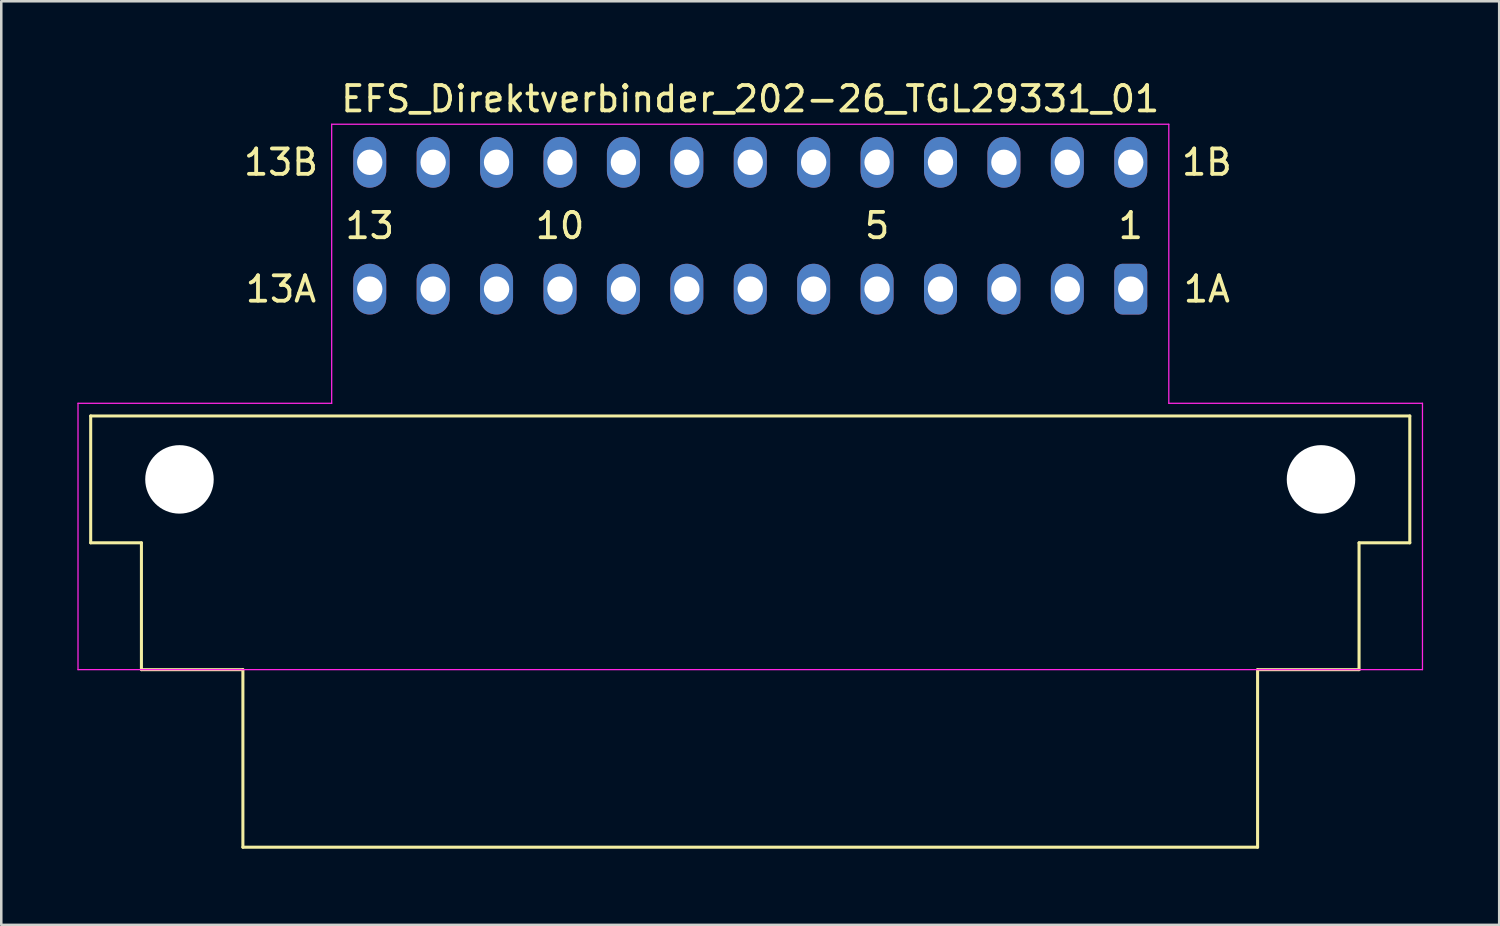
<source format=kicad_pcb>
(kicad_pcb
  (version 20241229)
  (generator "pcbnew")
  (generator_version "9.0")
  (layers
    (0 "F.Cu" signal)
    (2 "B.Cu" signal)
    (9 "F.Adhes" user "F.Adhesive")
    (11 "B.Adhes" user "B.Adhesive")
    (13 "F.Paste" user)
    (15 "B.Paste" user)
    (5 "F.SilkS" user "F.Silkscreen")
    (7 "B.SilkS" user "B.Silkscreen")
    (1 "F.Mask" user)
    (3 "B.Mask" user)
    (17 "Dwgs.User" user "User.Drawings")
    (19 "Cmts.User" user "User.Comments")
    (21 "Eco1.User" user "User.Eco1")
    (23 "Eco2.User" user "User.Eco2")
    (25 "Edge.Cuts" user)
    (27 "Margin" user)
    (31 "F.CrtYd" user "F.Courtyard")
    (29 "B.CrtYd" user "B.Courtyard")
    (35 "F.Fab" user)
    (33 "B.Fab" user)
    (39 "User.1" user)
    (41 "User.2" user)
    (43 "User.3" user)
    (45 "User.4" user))
  (footprint "EFS_Direktverbinder_202-26_TGL29331_01"
    (layer "F.Cu")
    (at 26.525 20.848)
    (property "Reference" "EFS_Direktverbinder_202-26_TGL29331_01" (at 0 -20 180) (layer "F.SilkS") (effects (font (size 1 1) (thickness 0.15))))
    (attr through_hole)
    (fp_line (start -26 -7.5) (end -26 -2.5) (stroke (width 0.12) (type solid)) (layer "F.SilkS"))
    (fp_line (start -26 -7.5) (end 26 -7.5) (stroke (width 0.12) (type solid)) (layer "F.SilkS"))
    (fp_line (start -26 -2.5) (end -24 -2.5) (stroke (width 0.12) (type solid)) (layer "F.SilkS"))
    (fp_line (start -24 -2.5) (end -24 2.5) (stroke (width 0.12) (type solid)) (layer "F.SilkS"))
    (fp_line (start -24 2.5) (end -20 2.5) (stroke (width 0.12) (type solid)) (layer "F.SilkS"))
    (fp_line (start -20 2.5) (end -20 9.5) (stroke (width 0.12) (type solid)) (layer "F.SilkS"))
    (fp_line (start -20 9.5) (end 20 9.5) (stroke (width 0.12) (type solid)) (layer "F.SilkS"))
    (fp_line (start 20 2.5) (end 24 2.5) (stroke (width 0.12) (type solid)) (layer "F.SilkS"))
    (fp_line (start 20 9.5) (end 20 2.5) (stroke (width 0.12) (type solid)) (layer "F.SilkS"))
    (fp_line (start 24 -2.5) (end 26 -2.5) (stroke (width 0.12) (type solid)) (layer "F.SilkS"))
    (fp_line (start 24 2.5) (end 24 -2.5) (stroke (width 0.12) (type solid)) (layer "F.SilkS"))
    (fp_line (start 26 -2.5) (end 26 -7.5) (stroke (width 0.12) (type solid)) (layer "F.SilkS"))
    (fp_line (start -26.5 2.5) (end -26.5 -8) (stroke (width 0.05) (type solid)) (layer "F.CrtYd"))
    (fp_line (start -16.5 -19) (end 16.5 -19) (stroke (width 0.05) (type solid)) (layer "F.CrtYd"))
    (fp_line (start -16.5 -8) (end -26.5 -8) (stroke (width 0.05) (type solid)) (layer "F.CrtYd"))
    (fp_line (start -16.5 -8) (end -16.5 -19) (stroke (width 0.05) (type solid)) (layer "F.CrtYd"))
    (fp_line (start 16.5 -19) (end 16.5 -8) (stroke (width 0.05) (type solid)) (layer "F.CrtYd"))
    (fp_line (start 16.5 -8) (end 26.5 -8) (stroke (width 0.05) (type solid)) (layer "F.CrtYd"))
    (fp_line (start 26.5 -8) (end 26.5 2.5) (stroke (width 0.05) (type solid)) (layer "F.CrtYd"))
    (fp_line (start 26.5 2.5) (end -26.5 2.5) (stroke (width 0.05) (type solid)) (layer "F.CrtYd"))
    (fp_text user "13" (at -15 -15 180) (layer "F.SilkS") (effects (font (size 1 1) (thickness 0.15))))
    (fp_text user "13A" (at -18.5 -12.5 0) (layer "F.SilkS") (effects (font (size 1 1) (thickness 0.15))))
    (fp_text user "1A" (at 18 -12.5 0) (layer "F.SilkS") (effects (font (size 1 1) (thickness 0.15))))
    (fp_text user "13B" (at -18.5 -17.5 0) (layer "F.SilkS") (effects (font (size 1 1) (thickness 0.15))))
    (fp_text user "1B" (at 18 -17.5 0) (layer "F.SilkS") (effects (font (size 1 1) (thickness 0.15))))
    (fp_text user "1" (at 15 -15 180) (layer "F.SilkS") (effects (font (size 1 1) (thickness 0.15))))
    (fp_text user "10" (at -7.5 -15 180) (layer "F.SilkS") (effects (font (size 1 1) (thickness 0.15))))
    (fp_text user "5" (at 5 -15 180) (layer "F.SilkS") (effects (font (size 1 1) (thickness 0.15))))
    (pad "" np_thru_hole circle (at -22.5 -5) (size 2.7 2.7) (drill 2.7) (layers "*.Cu" "*.Mask"))
    (pad "" np_thru_hole circle (at 22.5 -5) (size 2.7 2.7) (drill 2.7) (layers "*.Cu" "*.Mask"))
    (pad "1a" thru_hole roundrect (at 15 -12.5) (size 1.3 2) (drill 1) (layers "*.Cu" "*.Mask") (roundrect_rratio 0.25))
    (pad "1b" thru_hole oval (at 15 -17.5) (size 1.3 2) (drill 1) (layers "*.Cu" "*.Mask"))
    (pad "2a" thru_hole oval (at 12.5 -12.5) (size 1.3 2) (drill 1) (layers "*.Cu" "*.Mask"))
    (pad "2b" thru_hole oval (at 12.5 -17.5) (size 1.3 2) (drill 1) (layers "*.Cu" "*.Mask"))
    (pad "3a" thru_hole oval (at 10 -12.5) (size 1.3 2) (drill 1) (layers "*.Cu" "*.Mask"))
    (pad "3b" thru_hole oval (at 10 -17.5) (size 1.3 2) (drill 1) (layers "*.Cu" "*.Mask"))
    (pad "4a" thru_hole oval (at 7.5 -12.5) (size 1.3 2) (drill 1) (layers "*.Cu" "*.Mask"))
    (pad "4b" thru_hole oval (at 7.5 -17.5) (size 1.3 2) (drill 1) (layers "*.Cu" "*.Mask"))
    (pad "5a" thru_hole oval (at 5 -12.5) (size 1.3 2) (drill 1) (layers "*.Cu" "*.Mask"))
    (pad "5b" thru_hole oval (at 5 -17.5) (size 1.3 2) (drill 1) (layers "*.Cu" "*.Mask"))
    (pad "6a" thru_hole oval (at 2.5 -12.5) (size 1.3 2) (drill 1) (layers "*.Cu" "*.Mask"))
    (pad "6b" thru_hole oval (at 2.5 -17.5) (size 1.3 2) (drill 1) (layers "*.Cu" "*.Mask"))
    (pad "7a" thru_hole oval (at 0 -12.5) (size 1.3 2) (drill 1) (layers "*.Cu" "*.Mask"))
    (pad "7b" thru_hole oval (at 0 -17.5) (size 1.3 2) (drill 1) (layers "*.Cu" "*.Mask"))
    (pad "8a" thru_hole oval (at -2.5 -12.5) (size 1.3 2) (drill 1) (layers "*.Cu" "*.Mask"))
    (pad "8b" thru_hole oval (at -2.5 -17.5) (size 1.3 2) (drill 1) (layers "*.Cu" "*.Mask"))
    (pad "9a" thru_hole oval (at -5 -12.5) (size 1.3 2) (drill 1) (layers "*.Cu" "*.Mask"))
    (pad "9b" thru_hole oval (at -5 -17.5) (size 1.3 2) (drill 1) (layers "*.Cu" "*.Mask"))
    (pad "10a" thru_hole oval (at -7.5 -12.5) (size 1.3 2) (drill 1) (layers "*.Cu" "*.Mask"))
    (pad "10b" thru_hole oval (at -7.5 -17.5) (size 1.3 2) (drill 1) (layers "*.Cu" "*.Mask"))
    (pad "11a" thru_hole oval (at -10 -12.5) (size 1.3 2) (drill 1) (layers "*.Cu" "*.Mask"))
    (pad "11b" thru_hole oval (at -10 -17.5) (size 1.3 2) (drill 1) (layers "*.Cu" "*.Mask"))
    (pad "12a" thru_hole oval (at -12.5 -12.5) (size 1.3 2) (drill 1) (layers "*.Cu" "*.Mask"))
    (pad "12b" thru_hole oval (at -12.5 -17.5) (size 1.3 2) (drill 1) (layers "*.Cu" "*.Mask"))
    (pad "13a" thru_hole oval (at -15 -12.5) (size 1.3 2) (drill 1) (layers "*.Cu" "*.Mask"))
    (pad "13b" thru_hole oval (at -15 -17.5) (size 1.3 2) (drill 1) (layers "*.Cu" "*.Mask")))
  (gr_rect
    (start -3 -3)
    (end 56.05 33.408)
    (stroke (width 0.1) (type default))
    (fill no)
    (layer "Edge.Cuts")))
</source>
